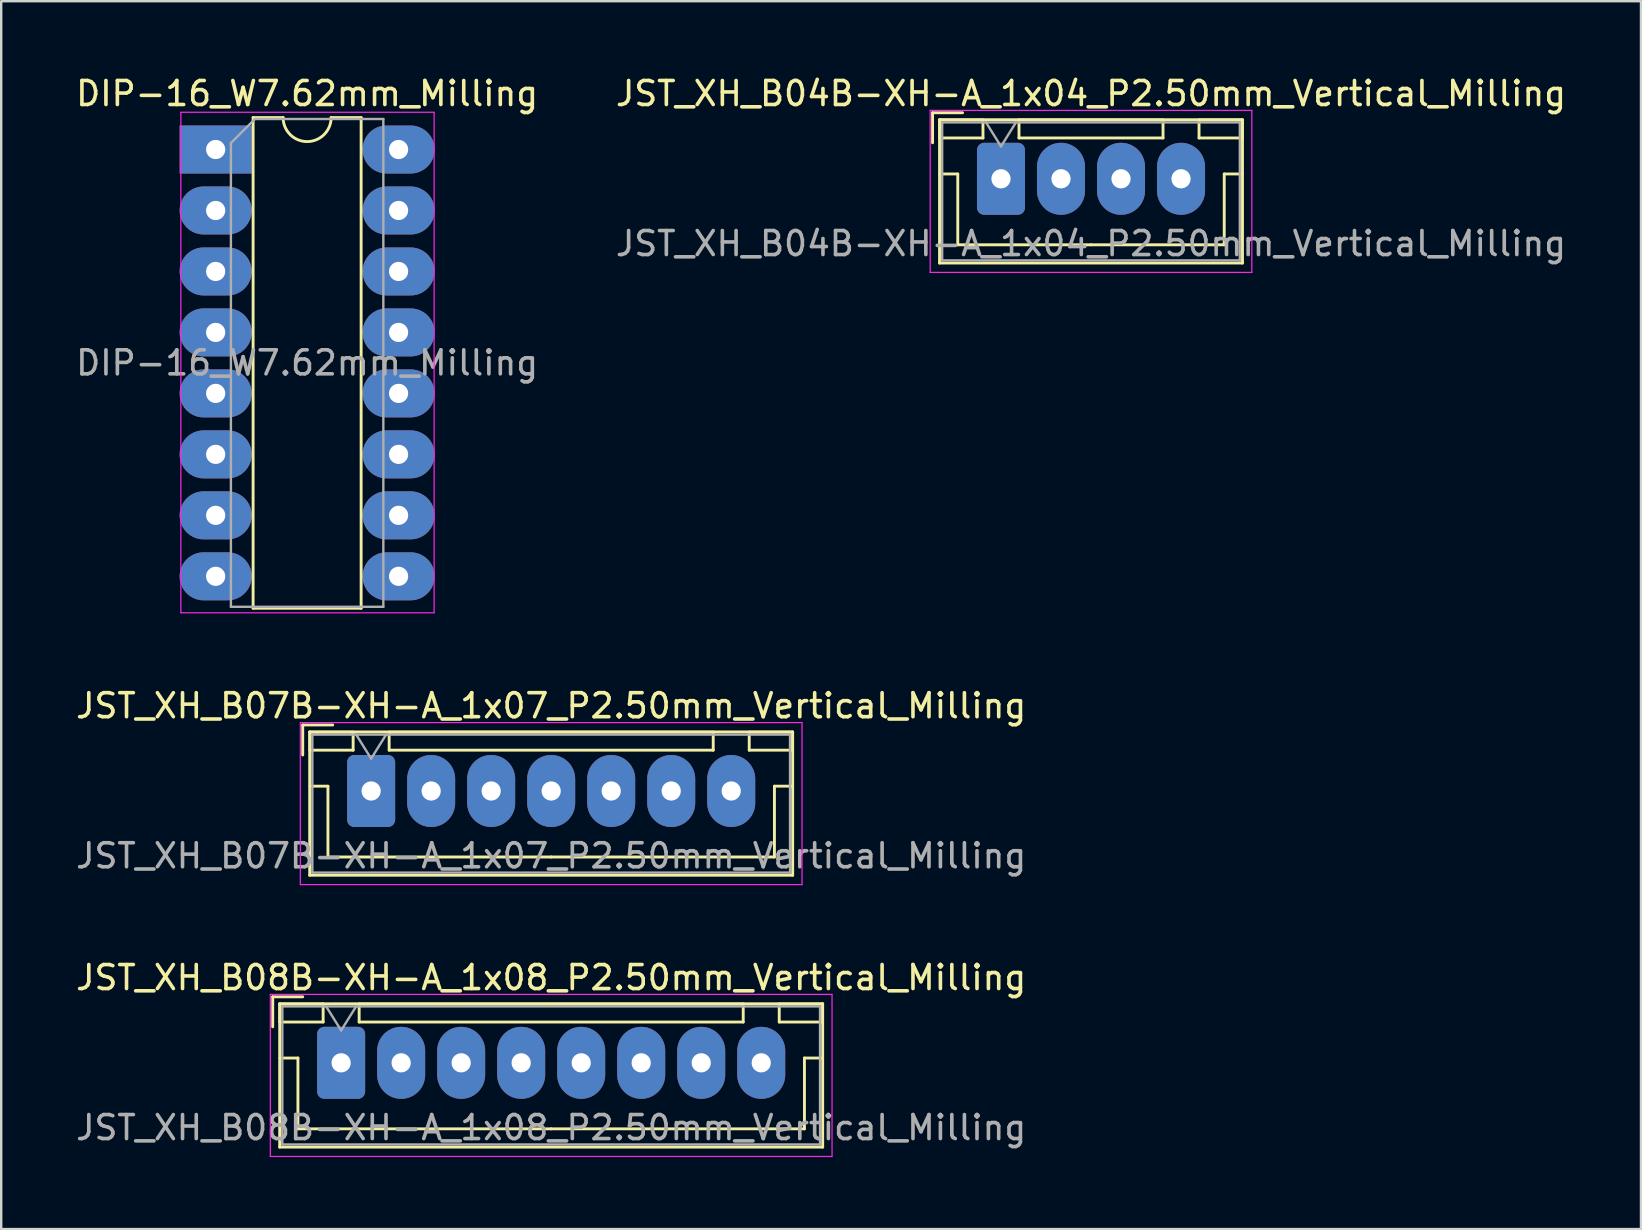
<source format=kicad_pcb>
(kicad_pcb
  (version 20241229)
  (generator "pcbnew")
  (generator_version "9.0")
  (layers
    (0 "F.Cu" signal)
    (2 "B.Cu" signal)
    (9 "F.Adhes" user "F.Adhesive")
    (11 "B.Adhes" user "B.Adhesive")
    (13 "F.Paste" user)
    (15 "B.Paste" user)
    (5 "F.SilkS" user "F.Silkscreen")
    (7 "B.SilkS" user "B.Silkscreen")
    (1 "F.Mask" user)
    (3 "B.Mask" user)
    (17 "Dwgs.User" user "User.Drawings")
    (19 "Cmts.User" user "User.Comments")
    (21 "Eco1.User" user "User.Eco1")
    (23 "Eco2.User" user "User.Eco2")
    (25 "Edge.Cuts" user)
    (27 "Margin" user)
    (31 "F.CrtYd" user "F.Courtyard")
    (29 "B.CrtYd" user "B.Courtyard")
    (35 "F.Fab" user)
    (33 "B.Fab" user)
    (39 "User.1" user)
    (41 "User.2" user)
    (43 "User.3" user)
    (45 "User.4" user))
  (footprint "JST_XH_B08B-XH-A_1x08_P2.50mm_Vertical_Milling"
    (layer "F.Cu")
    (at 11.161 41.225)
    (property "Reference" "JST_XH_B08B-XH-A_1x08_P2.50mm_Vertical_Milling" (at 8.75 -3.55 0) (layer "F.SilkS") (effects (font (size 1 1) (thickness 0.15))))
    (attr through_hole)
    (fp_line (start -2.85 -2.75) (end -2.85 -1.5) (stroke (width 0.12) (type solid)) (layer "F.SilkS"))
    (fp_line (start -2.56 -2.46) (end -2.56 3.51) (stroke (width 0.12) (type solid)) (layer "F.SilkS"))
    (fp_line (start -2.56 3.51) (end 20.06 3.51) (stroke (width 0.12) (type solid)) (layer "F.SilkS"))
    (fp_line (start -2.55 -2.45) (end -2.55 -1.7) (stroke (width 0.12) (type solid)) (layer "F.SilkS"))
    (fp_line (start -2.55 -1.7) (end -0.75 -1.7) (stroke (width 0.12) (type solid)) (layer "F.SilkS"))
    (fp_line (start -2.55 -0.2) (end -1.8 -0.2) (stroke (width 0.12) (type solid)) (layer "F.SilkS"))
    (fp_line (start -1.8 -0.2) (end -1.8 2.75) (stroke (width 0.12) (type solid)) (layer "F.SilkS"))
    (fp_line (start -1.8 2.75) (end 8.75 2.75) (stroke (width 0.12) (type solid)) (layer "F.SilkS"))
    (fp_line (start -1.6 -2.75) (end -2.85 -2.75) (stroke (width 0.12) (type solid)) (layer "F.SilkS"))
    (fp_line (start -0.75 -2.45) (end -2.55 -2.45) (stroke (width 0.12) (type solid)) (layer "F.SilkS"))
    (fp_line (start -0.75 -1.7) (end -0.75 -2.45) (stroke (width 0.12) (type solid)) (layer "F.SilkS"))
    (fp_line (start 0.75 -2.45) (end 0.75 -1.7) (stroke (width 0.12) (type solid)) (layer "F.SilkS"))
    (fp_line (start 0.75 -1.7) (end 16.75 -1.7) (stroke (width 0.12) (type solid)) (layer "F.SilkS"))
    (fp_line (start 16.75 -2.45) (end 0.75 -2.45) (stroke (width 0.12) (type solid)) (layer "F.SilkS"))
    (fp_line (start 16.75 -1.7) (end 16.75 -2.45) (stroke (width 0.12) (type solid)) (layer "F.SilkS"))
    (fp_line (start 18.25 -2.45) (end 18.25 -1.7) (stroke (width 0.12) (type solid)) (layer "F.SilkS"))
    (fp_line (start 18.25 -1.7) (end 20.05 -1.7) (stroke (width 0.12) (type solid)) (layer "F.SilkS"))
    (fp_line (start 19.3 -0.2) (end 19.3 2.75) (stroke (width 0.12) (type solid)) (layer "F.SilkS"))
    (fp_line (start 19.3 2.75) (end 8.75 2.75) (stroke (width 0.12) (type solid)) (layer "F.SilkS"))
    (fp_line (start 20.05 -2.45) (end 18.25 -2.45) (stroke (width 0.12) (type solid)) (layer "F.SilkS"))
    (fp_line (start 20.05 -1.7) (end 20.05 -2.45) (stroke (width 0.12) (type solid)) (layer "F.SilkS"))
    (fp_line (start 20.05 -0.2) (end 19.3 -0.2) (stroke (width 0.12) (type solid)) (layer "F.SilkS"))
    (fp_line (start 20.06 -2.46) (end -2.56 -2.46) (stroke (width 0.12) (type solid)) (layer "F.SilkS"))
    (fp_line (start 20.06 3.51) (end 20.06 -2.46) (stroke (width 0.12) (type solid)) (layer "F.SilkS"))
    (fp_line (start -2.95 -2.85) (end -2.95 3.9) (stroke (width 0.05) (type solid)) (layer "F.CrtYd"))
    (fp_line (start -2.95 3.9) (end 20.45 3.9) (stroke (width 0.05) (type solid)) (layer "F.CrtYd"))
    (fp_line (start 20.45 -2.85) (end -2.95 -2.85) (stroke (width 0.05) (type solid)) (layer "F.CrtYd"))
    (fp_line (start 20.45 3.9) (end 20.45 -2.85) (stroke (width 0.05) (type solid)) (layer "F.CrtYd"))
    (fp_line (start -2.45 -2.35) (end -2.45 3.4) (stroke (width 0.1) (type solid)) (layer "F.Fab"))
    (fp_line (start -2.45 3.4) (end 19.95 3.4) (stroke (width 0.1) (type solid)) (layer "F.Fab"))
    (fp_line (start -0.625 -2.35) (end 0 -1.35) (stroke (width 0.1) (type solid)) (layer "F.Fab"))
    (fp_line (start 0 -1.35) (end 0.625 -2.35) (stroke (width 0.1) (type solid)) (layer "F.Fab"))
    (fp_line (start 19.95 -2.35) (end -2.45 -2.35) (stroke (width 0.1) (type solid)) (layer "F.Fab"))
    (fp_line (start 19.95 3.4) (end 19.95 -2.35) (stroke (width 0.1) (type solid)) (layer "F.Fab"))
    (fp_text user "${REFERENCE}" (at 8.75 2.7 0) (layer "F.Fab") (effects (font (size 1 1) (thickness 0.15))))
    (pad "1" thru_hole roundrect (at 0 0) (size 2 3) (drill 0.8) (layers "*.Cu" "*.Mask") (roundrect_rratio 0.147))
    (pad "2" thru_hole oval (at 2.5 0) (size 2 3) (drill 0.8) (layers "*.Cu" "*.Mask"))
    (pad "3" thru_hole oval (at 5 0) (size 2 3) (drill 0.8) (layers "*.Cu" "*.Mask"))
    (pad "4" thru_hole oval (at 7.5 0) (size 2 3) (drill 0.8) (layers "*.Cu" "*.Mask"))
    (pad "5" thru_hole oval (at 10 0) (size 2 3) (drill 0.8) (layers "*.Cu" "*.Mask"))
    (pad "6" thru_hole oval (at 12.5 0) (size 2 3) (drill 0.8) (layers "*.Cu" "*.Mask"))
    (pad "7" thru_hole oval (at 15 0) (size 2 3) (drill 0.8) (layers "*.Cu" "*.Mask"))
    (pad "8" thru_hole oval (at 17.5 0) (size 2 3) (drill 0.8) (layers "*.Cu" "*.Mask")))
  (footprint "DIP-16_W7.62mm_Milling"
    (layer "F.Cu")
    (at 5.934 3.178)
    (property "Reference" "DIP-16_W7.62mm_Milling" (at 3.81 -2.33 0) (layer "F.SilkS") (effects (font (size 1 1) (thickness 0.15))))
    (attr through_hole)
    (fp_line (start 1.56 -1.33) (end 1.56 19.11) (stroke (width 0.12) (type solid)) (layer "F.SilkS"))
    (fp_line (start 1.56 19.11) (end 6.06 19.11) (stroke (width 0.12) (type solid)) (layer "F.SilkS"))
    (fp_line (start 2.81 -1.33) (end 1.56 -1.33) (stroke (width 0.12) (type solid)) (layer "F.SilkS"))
    (fp_line (start 6.06 -1.33) (end 4.81 -1.33) (stroke (width 0.12) (type solid)) (layer "F.SilkS"))
    (fp_line (start 6.06 19.11) (end 6.06 -1.33) (stroke (width 0.12) (type solid)) (layer "F.SilkS"))
    (fp_arc (start 4.81 -1.33) (mid 3.81 -0.33) (end 2.81 -1.33) (stroke (width 0.12) (type solid)) (layer "F.SilkS"))
    (fp_line (start -1.45 -1.55) (end -1.45 19.3) (stroke (width 0.05) (type solid)) (layer "F.CrtYd"))
    (fp_line (start -1.45 19.3) (end 9.1 19.3) (stroke (width 0.05) (type solid)) (layer "F.CrtYd"))
    (fp_line (start 9.1 -1.55) (end -1.45 -1.55) (stroke (width 0.05) (type solid)) (layer "F.CrtYd"))
    (fp_line (start 9.1 19.3) (end 9.1 -1.55) (stroke (width 0.05) (type solid)) (layer "F.CrtYd"))
    (fp_line (start 0.635 -0.27) (end 1.635 -1.27) (stroke (width 0.1) (type solid)) (layer "F.Fab"))
    (fp_line (start 0.635 19.05) (end 0.635 -0.27) (stroke (width 0.1) (type solid)) (layer "F.Fab"))
    (fp_line (start 1.635 -1.27) (end 6.985 -1.27) (stroke (width 0.1) (type solid)) (layer "F.Fab"))
    (fp_line (start 6.985 -1.27) (end 6.985 19.05) (stroke (width 0.1) (type solid)) (layer "F.Fab"))
    (fp_line (start 6.985 19.05) (end 0.635 19.05) (stroke (width 0.1) (type solid)) (layer "F.Fab"))
    (fp_text user "${REFERENCE}" (at 3.81 8.89 0) (layer "F.Fab") (effects (font (size 1 1) (thickness 0.15))))
    (pad "1" thru_hole rect (at 0 0) (size 3 2) (drill 0.8) (layers "*.Cu" "*.Mask"))
    (pad "2" thru_hole oval (at 0 2.54) (size 3 2) (drill 0.8) (layers "*.Cu" "*.Mask"))
    (pad "3" thru_hole oval (at 0 5.08) (size 3 2) (drill 0.8) (layers "*.Cu" "*.Mask"))
    (pad "4" thru_hole oval (at 0 7.62) (size 3 2) (drill 0.8) (layers "*.Cu" "*.Mask"))
    (pad "5" thru_hole oval (at 0 10.16) (size 3 2) (drill 0.8) (layers "*.Cu" "*.Mask"))
    (pad "6" thru_hole oval (at 0 12.7) (size 3 2) (drill 0.8) (layers "*.Cu" "*.Mask"))
    (pad "7" thru_hole oval (at 0 15.24) (size 3 2) (drill 0.8) (layers "*.Cu" "*.Mask"))
    (pad "8" thru_hole oval (at 0 17.78) (size 3 2) (drill 0.8) (layers "*.Cu" "*.Mask"))
    (pad "9" thru_hole oval (at 7.62 17.78) (size 3 2) (drill 0.8) (layers "*.Cu" "*.Mask"))
    (pad "10" thru_hole oval (at 7.62 15.24) (size 3 2) (drill 0.8) (layers "*.Cu" "*.Mask"))
    (pad "11" thru_hole oval (at 7.62 12.7) (size 3 2) (drill 0.8) (layers "*.Cu" "*.Mask"))
    (pad "12" thru_hole oval (at 7.62 10.16) (size 3 2) (drill 0.8) (layers "*.Cu" "*.Mask"))
    (pad "13" thru_hole oval (at 7.62 7.62) (size 3 2) (drill 0.8) (layers "*.Cu" "*.Mask"))
    (pad "14" thru_hole oval (at 7.62 5.08) (size 3 2) (drill 0.8) (layers "*.Cu" "*.Mask"))
    (pad "15" thru_hole oval (at 7.62 2.54) (size 3 2) (drill 0.8) (layers "*.Cu" "*.Mask"))
    (pad "16" thru_hole oval (at 7.62 0) (size 3 2) (drill 0.8) (layers "*.Cu" "*.Mask")))
  (footprint "JST_XH_B07B-XH-A_1x07_P2.50mm_Vertical_Milling"
    (layer "F.Cu")
    (at 12.411 29.901)
    (property "Reference" "JST_XH_B07B-XH-A_1x07_P2.50mm_Vertical_Milling" (at 7.5 -3.55 0) (layer "F.SilkS") (effects (font (size 1 1) (thickness 0.15))))
    (attr through_hole)
    (fp_line (start -2.85 -2.75) (end -2.85 -1.5) (stroke (width 0.12) (type solid)) (layer "F.SilkS"))
    (fp_line (start -2.56 -2.46) (end -2.56 3.51) (stroke (width 0.12) (type solid)) (layer "F.SilkS"))
    (fp_line (start -2.56 3.51) (end 17.56 3.51) (stroke (width 0.12) (type solid)) (layer "F.SilkS"))
    (fp_line (start -2.55 -2.45) (end -2.55 -1.7) (stroke (width 0.12) (type solid)) (layer "F.SilkS"))
    (fp_line (start -2.55 -1.7) (end -0.75 -1.7) (stroke (width 0.12) (type solid)) (layer "F.SilkS"))
    (fp_line (start -2.55 -0.2) (end -1.8 -0.2) (stroke (width 0.12) (type solid)) (layer "F.SilkS"))
    (fp_line (start -1.8 -0.2) (end -1.8 2.75) (stroke (width 0.12) (type solid)) (layer "F.SilkS"))
    (fp_line (start -1.8 2.75) (end 7.5 2.75) (stroke (width 0.12) (type solid)) (layer "F.SilkS"))
    (fp_line (start -1.6 -2.75) (end -2.85 -2.75) (stroke (width 0.12) (type solid)) (layer "F.SilkS"))
    (fp_line (start -0.75 -2.45) (end -2.55 -2.45) (stroke (width 0.12) (type solid)) (layer "F.SilkS"))
    (fp_line (start -0.75 -1.7) (end -0.75 -2.45) (stroke (width 0.12) (type solid)) (layer "F.SilkS"))
    (fp_line (start 0.75 -2.45) (end 0.75 -1.7) (stroke (width 0.12) (type solid)) (layer "F.SilkS"))
    (fp_line (start 0.75 -1.7) (end 14.25 -1.7) (stroke (width 0.12) (type solid)) (layer "F.SilkS"))
    (fp_line (start 14.25 -2.45) (end 0.75 -2.45) (stroke (width 0.12) (type solid)) (layer "F.SilkS"))
    (fp_line (start 14.25 -1.7) (end 14.25 -2.45) (stroke (width 0.12) (type solid)) (layer "F.SilkS"))
    (fp_line (start 15.75 -2.45) (end 15.75 -1.7) (stroke (width 0.12) (type solid)) (layer "F.SilkS"))
    (fp_line (start 15.75 -1.7) (end 17.55 -1.7) (stroke (width 0.12) (type solid)) (layer "F.SilkS"))
    (fp_line (start 16.8 -0.2) (end 16.8 2.75) (stroke (width 0.12) (type solid)) (layer "F.SilkS"))
    (fp_line (start 16.8 2.75) (end 7.5 2.75) (stroke (width 0.12) (type solid)) (layer "F.SilkS"))
    (fp_line (start 17.55 -2.45) (end 15.75 -2.45) (stroke (width 0.12) (type solid)) (layer "F.SilkS"))
    (fp_line (start 17.55 -1.7) (end 17.55 -2.45) (stroke (width 0.12) (type solid)) (layer "F.SilkS"))
    (fp_line (start 17.55 -0.2) (end 16.8 -0.2) (stroke (width 0.12) (type solid)) (layer "F.SilkS"))
    (fp_line (start 17.56 -2.46) (end -2.56 -2.46) (stroke (width 0.12) (type solid)) (layer "F.SilkS"))
    (fp_line (start 17.56 3.51) (end 17.56 -2.46) (stroke (width 0.12) (type solid)) (layer "F.SilkS"))
    (fp_line (start -2.95 -2.85) (end -2.95 3.9) (stroke (width 0.05) (type solid)) (layer "F.CrtYd"))
    (fp_line (start -2.95 3.9) (end 17.95 3.9) (stroke (width 0.05) (type solid)) (layer "F.CrtYd"))
    (fp_line (start 17.95 -2.85) (end -2.95 -2.85) (stroke (width 0.05) (type solid)) (layer "F.CrtYd"))
    (fp_line (start 17.95 3.9) (end 17.95 -2.85) (stroke (width 0.05) (type solid)) (layer "F.CrtYd"))
    (fp_line (start -2.45 -2.35) (end -2.45 3.4) (stroke (width 0.1) (type solid)) (layer "F.Fab"))
    (fp_line (start -2.45 3.4) (end 17.45 3.4) (stroke (width 0.1) (type solid)) (layer "F.Fab"))
    (fp_line (start -0.625 -2.35) (end 0 -1.35) (stroke (width 0.1) (type solid)) (layer "F.Fab"))
    (fp_line (start 0 -1.35) (end 0.625 -2.35) (stroke (width 0.1) (type solid)) (layer "F.Fab"))
    (fp_line (start 17.45 -2.35) (end -2.45 -2.35) (stroke (width 0.1) (type solid)) (layer "F.Fab"))
    (fp_line (start 17.45 3.4) (end 17.45 -2.35) (stroke (width 0.1) (type solid)) (layer "F.Fab"))
    (fp_text user "${REFERENCE}" (at 7.5 2.7 0) (layer "F.Fab") (effects (font (size 1 1) (thickness 0.15))))
    (pad "1" thru_hole roundrect (at 0 0) (size 2 3) (drill 0.8) (layers "*.Cu" "*.Mask") (roundrect_rratio 0.147))
    (pad "2" thru_hole oval (at 2.5 0) (size 2 3) (drill 0.8) (layers "*.Cu" "*.Mask"))
    (pad "3" thru_hole oval (at 5 0) (size 2 3) (drill 0.8) (layers "*.Cu" "*.Mask"))
    (pad "4" thru_hole oval (at 7.5 0) (size 2 3) (drill 0.8) (layers "*.Cu" "*.Mask"))
    (pad "5" thru_hole oval (at 10 0) (size 2 3) (drill 0.8) (layers "*.Cu" "*.Mask"))
    (pad "6" thru_hole oval (at 12.5 0) (size 2 3) (drill 0.8) (layers "*.Cu" "*.Mask"))
    (pad "7" thru_hole oval (at 15 0) (size 2 3) (drill 0.8) (layers "*.Cu" "*.Mask")))
  (footprint "JST_XH_B04B-XH-A_1x04_P2.50mm_Vertical_Milling"
    (layer "F.Cu")
    (at 38.649 4.398)
    (property "Reference" "JST_XH_B04B-XH-A_1x04_P2.50mm_Vertical_Milling" (at 3.75 -3.55 0) (layer "F.SilkS") (effects (font (size 1 1) (thickness 0.15))))
    (attr through_hole)
    (fp_line (start -2.85 -2.75) (end -2.85 -1.5) (stroke (width 0.12) (type solid)) (layer "F.SilkS"))
    (fp_line (start -2.56 -2.46) (end -2.56 3.51) (stroke (width 0.12) (type solid)) (layer "F.SilkS"))
    (fp_line (start -2.56 3.51) (end 10.06 3.51) (stroke (width 0.12) (type solid)) (layer "F.SilkS"))
    (fp_line (start -2.55 -2.45) (end -2.55 -1.7) (stroke (width 0.12) (type solid)) (layer "F.SilkS"))
    (fp_line (start -2.55 -1.7) (end -0.75 -1.7) (stroke (width 0.12) (type solid)) (layer "F.SilkS"))
    (fp_line (start -2.55 -0.2) (end -1.8 -0.2) (stroke (width 0.12) (type solid)) (layer "F.SilkS"))
    (fp_line (start -1.8 -0.2) (end -1.8 2.75) (stroke (width 0.12) (type solid)) (layer "F.SilkS"))
    (fp_line (start -1.8 2.75) (end 3.75 2.75) (stroke (width 0.12) (type solid)) (layer "F.SilkS"))
    (fp_line (start -1.6 -2.75) (end -2.85 -2.75) (stroke (width 0.12) (type solid)) (layer "F.SilkS"))
    (fp_line (start -0.75 -2.45) (end -2.55 -2.45) (stroke (width 0.12) (type solid)) (layer "F.SilkS"))
    (fp_line (start -0.75 -1.7) (end -0.75 -2.45) (stroke (width 0.12) (type solid)) (layer "F.SilkS"))
    (fp_line (start 0.75 -2.45) (end 0.75 -1.7) (stroke (width 0.12) (type solid)) (layer "F.SilkS"))
    (fp_line (start 0.75 -1.7) (end 6.75 -1.7) (stroke (width 0.12) (type solid)) (layer "F.SilkS"))
    (fp_line (start 6.75 -2.45) (end 0.75 -2.45) (stroke (width 0.12) (type solid)) (layer "F.SilkS"))
    (fp_line (start 6.75 -1.7) (end 6.75 -2.45) (stroke (width 0.12) (type solid)) (layer "F.SilkS"))
    (fp_line (start 8.25 -2.45) (end 8.25 -1.7) (stroke (width 0.12) (type solid)) (layer "F.SilkS"))
    (fp_line (start 8.25 -1.7) (end 10.05 -1.7) (stroke (width 0.12) (type solid)) (layer "F.SilkS"))
    (fp_line (start 9.3 -0.2) (end 9.3 2.75) (stroke (width 0.12) (type solid)) (layer "F.SilkS"))
    (fp_line (start 9.3 2.75) (end 3.75 2.75) (stroke (width 0.12) (type solid)) (layer "F.SilkS"))
    (fp_line (start 10.05 -2.45) (end 8.25 -2.45) (stroke (width 0.12) (type solid)) (layer "F.SilkS"))
    (fp_line (start 10.05 -1.7) (end 10.05 -2.45) (stroke (width 0.12) (type solid)) (layer "F.SilkS"))
    (fp_line (start 10.05 -0.2) (end 9.3 -0.2) (stroke (width 0.12) (type solid)) (layer "F.SilkS"))
    (fp_line (start 10.06 -2.46) (end -2.56 -2.46) (stroke (width 0.12) (type solid)) (layer "F.SilkS"))
    (fp_line (start 10.06 3.51) (end 10.06 -2.46) (stroke (width 0.12) (type solid)) (layer "F.SilkS"))
    (fp_line (start -2.95 -2.85) (end -2.95 3.9) (stroke (width 0.05) (type solid)) (layer "F.CrtYd"))
    (fp_line (start -2.95 3.9) (end 10.45 3.9) (stroke (width 0.05) (type solid)) (layer "F.CrtYd"))
    (fp_line (start 10.45 -2.85) (end -2.95 -2.85) (stroke (width 0.05) (type solid)) (layer "F.CrtYd"))
    (fp_line (start 10.45 3.9) (end 10.45 -2.85) (stroke (width 0.05) (type solid)) (layer "F.CrtYd"))
    (fp_line (start -2.45 -2.35) (end -2.45 3.4) (stroke (width 0.1) (type solid)) (layer "F.Fab"))
    (fp_line (start -2.45 3.4) (end 9.95 3.4) (stroke (width 0.1) (type solid)) (layer "F.Fab"))
    (fp_line (start -0.625 -2.35) (end 0 -1.35) (stroke (width 0.1) (type solid)) (layer "F.Fab"))
    (fp_line (start 0 -1.35) (end 0.625 -2.35) (stroke (width 0.1) (type solid)) (layer "F.Fab"))
    (fp_line (start 9.95 -2.35) (end -2.45 -2.35) (stroke (width 0.1) (type solid)) (layer "F.Fab"))
    (fp_line (start 9.95 3.4) (end 9.95 -2.35) (stroke (width 0.1) (type solid)) (layer "F.Fab"))
    (fp_text user "${REFERENCE}" (at 3.75 2.7 0) (layer "F.Fab") (effects (font (size 1 1) (thickness 0.15))))
    (pad "1" thru_hole roundrect (at 0 0) (size 2 3) (drill 0.8) (layers "*.Cu" "*.Mask") (roundrect_rratio 0.147))
    (pad "2" thru_hole oval (at 2.5 0) (size 2 3) (drill 0.8) (layers "*.Cu" "*.Mask"))
    (pad "3" thru_hole oval (at 5 0) (size 2 3) (drill 0.8) (layers "*.Cu" "*.Mask"))
    (pad "4" thru_hole oval (at 7.5 0) (size 2 3) (drill 0.8) (layers "*.Cu" "*.Mask")))
  (gr_rect
    (start -3 -3)
    (end 65.31 48.15)
    (stroke (width 0.1) (type default))
    (fill no)
    (layer "Edge.Cuts")))
</source>
